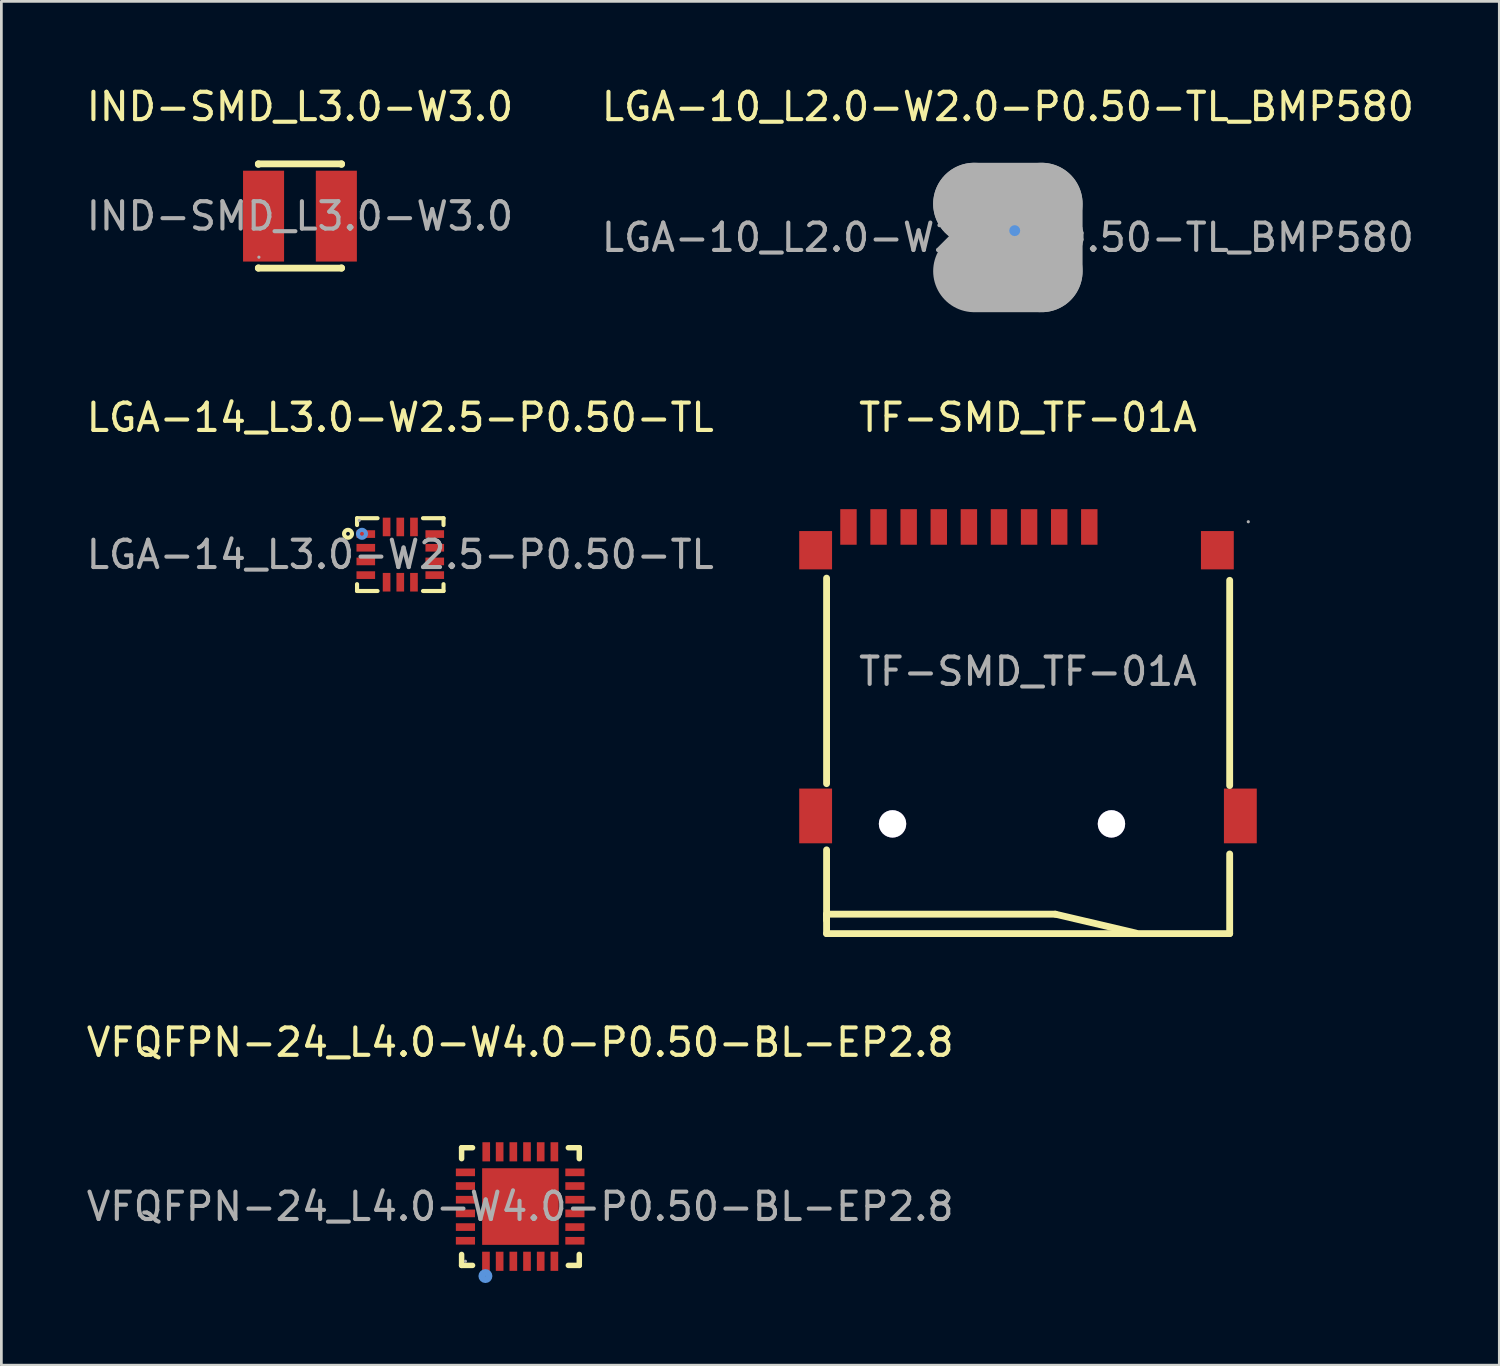
<source format=kicad_pcb>
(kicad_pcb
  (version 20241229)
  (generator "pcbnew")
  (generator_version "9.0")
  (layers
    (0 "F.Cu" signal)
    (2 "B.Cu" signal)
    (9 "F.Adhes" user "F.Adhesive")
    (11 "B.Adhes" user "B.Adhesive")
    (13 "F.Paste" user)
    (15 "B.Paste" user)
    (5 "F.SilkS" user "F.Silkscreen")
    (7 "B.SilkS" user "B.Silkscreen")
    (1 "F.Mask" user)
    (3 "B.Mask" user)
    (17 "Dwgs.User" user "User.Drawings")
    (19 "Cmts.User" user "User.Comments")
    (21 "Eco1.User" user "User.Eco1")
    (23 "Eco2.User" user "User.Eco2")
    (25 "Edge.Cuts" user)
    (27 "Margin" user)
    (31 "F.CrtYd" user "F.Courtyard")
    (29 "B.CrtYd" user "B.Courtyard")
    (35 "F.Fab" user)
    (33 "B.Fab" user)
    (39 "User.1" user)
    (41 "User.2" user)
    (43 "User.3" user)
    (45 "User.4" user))
  (footprint "IND-SMD_L3.0-W3.0"
    (layer "F.Cu")
    (at 7.911 4.848)
    (property "Reference" "IND-SMD_L3.0-W3.0" (at 0 -4 0) (layer "F.SilkS") (effects (font (size 1 1) (thickness 0.15))))
    (attr smd)
    (fp_line (start -1.52 -1.91) (end 1.52 -1.91) (stroke (width 0.25) (type solid)) (layer "F.SilkS"))
    (fp_line (start -1.52 -1.89) (end -1.52 -1.91) (stroke (width 0.25) (type solid)) (layer "F.SilkS"))
    (fp_line (start -1.52 1.9) (end -1.52 1.89) (stroke (width 0.25) (type solid)) (layer "F.SilkS"))
    (fp_line (start -1.52 1.9) (end 1.52 1.9) (stroke (width 0.25) (type solid)) (layer "F.SilkS"))
    (fp_line (start 1.52 -1.91) (end 1.52 -1.89) (stroke (width 0.25) (type solid)) (layer "F.SilkS"))
    (fp_line (start 1.52 1.89) (end 1.52 1.9) (stroke (width 0.25) (type solid)) (layer "F.SilkS"))
    (fp_circle (center -1.5 1.5) (end -1.47 1.5) (stroke (width 0.06) (type solid)) (fill no) (layer "F.Fab"))
    (fp_text user "${REFERENCE}" (at 0 0 0) (layer "F.Fab") (effects (font (size 1 1) (thickness 0.15))))
    (pad "1" smd rect (at 1.33 0) (size 1.5 3.32) (layers "F.Cu" "F.Mask" "F.Paste"))
    (pad "2" smd rect (at -1.33 0) (size 1.5 3.32) (layers "F.Cu" "F.Mask" "F.Paste")))
  (footprint "TF-SMD_TF-01A"
    (layer "F.Cu")
    (at 34.515 21.486)
    (property "Reference" "TF-SMD_TF-01A" (at 0 -9.28 0) (layer "F.SilkS") (effects (font (size 1 1) (thickness 0.15))))
    (attr smd)
    (fp_line (start -7.36 -3.41) (end -7.36 4.1) (stroke (width 0.25) (type solid)) (layer "F.SilkS"))
    (fp_line (start -7.36 6.52) (end -7.36 9.58) (stroke (width 0.25) (type solid)) (layer "F.SilkS"))
    (fp_line (start -7.36 8.87) (end 1 8.87) (stroke (width 0.25) (type solid)) (layer "F.SilkS"))
    (fp_line (start -7.36 9.09) (end -7.36 8.87) (stroke (width 0.25) (type solid)) (layer "F.SilkS"))
    (fp_line (start -7.36 9.58) (end 7.37 9.58) (stroke (width 0.25) (type solid)) (layer "F.SilkS"))
    (fp_line (start 1 8.87) (end 3.94 9.56) (stroke (width 0.25) (type solid)) (layer "F.SilkS"))
    (fp_line (start 7.37 4.17) (end 7.37 -3.33) (stroke (width 0.25) (type solid)) (layer "F.SilkS"))
    (fp_line (start 7.37 9.58) (end 7.37 6.67) (stroke (width 0.25) (type solid)) (layer "F.SilkS"))
    (fp_circle (center -4.95 5.57) (end -4.75 5.57) (stroke (width 0.4) (type solid)) (fill no) (layer "Cmts.User"))
    (fp_circle (center 3.05 5.57) (end 3.25 5.57) (stroke (width 0.4) (type solid)) (fill no) (layer "Cmts.User"))
    (fp_circle (center 8.05 -5.47) (end 8.08 -5.47) (stroke (width 0.06) (type solid)) (fill no) (layer "F.Fab"))
    (fp_text user "${REFERENCE}" (at 0 0 0) (layer "F.Fab") (effects (font (size 1 1) (thickness 0.15))))
    (pad "" thru_hole circle (at -4.95 5.57) (size 1 1) (drill 1) (layers "*.Cu" "*.Mask"))
    (pad "" thru_hole circle (at 3.05 5.57) (size 1 1) (drill 1) (layers "*.Cu" "*.Mask"))
    (pad "1" smd rect (at 2.24 -5.28) (size 0.6 1.3) (layers "F.Cu" "F.Mask" "F.Paste"))
    (pad "2" smd rect (at 1.14 -5.28) (size 0.6 1.3) (layers "F.Cu" "F.Mask" "F.Paste"))
    (pad "3" smd rect (at 0.04 -5.28) (size 0.6 1.3) (layers "F.Cu" "F.Mask" "F.Paste"))
    (pad "4" smd rect (at -1.06 -5.28) (size 0.6 1.3) (layers "F.Cu" "F.Mask" "F.Paste"))
    (pad "5" smd rect (at -2.16 -5.28) (size 0.6 1.3) (layers "F.Cu" "F.Mask" "F.Paste"))
    (pad "6" smd rect (at -3.26 -5.28) (size 0.6 1.3) (layers "F.Cu" "F.Mask" "F.Paste"))
    (pad "7" smd rect (at -4.36 -5.28) (size 0.6 1.3) (layers "F.Cu" "F.Mask" "F.Paste"))
    (pad "8" smd rect (at -5.46 -5.28) (size 0.6 1.3) (layers "F.Cu" "F.Mask" "F.Paste"))
    (pad "9" smd rect (at -6.56 -5.28) (size 0.6 1.3) (layers "F.Cu" "F.Mask" "F.Paste"))
    (pad "10" smd rect (at -7.76 -4.43) (size 1.2 1.4) (layers "F.Cu" "F.Mask" "F.Paste"))
    (pad "11" smd rect (at -7.76 5.28) (size 1.2 2) (layers "F.Cu" "F.Mask" "F.Paste"))
    (pad "12" smd rect (at 7.76 5.28) (size 1.2 2) (layers "F.Cu" "F.Mask" "F.Paste"))
    (pad "13" smd rect (at 6.92 -4.43) (size 1.2 1.4) (layers "F.Cu" "F.Mask" "F.Paste")))
  (footprint "VFQFPN-24_L4.0-W4.0-P0.50-BL-EP2.8"
    (layer "F.Cu")
    (at 15.958 41.04)
    (property "Reference" "VFQFPN-24_L4.0-W4.0-P0.50-BL-EP2.8" (at 0 -6 0) (layer "F.SilkS") (effects (font (size 1 1) (thickness 0.15))))
    (attr smd)
    (fp_line (start -2.14 -2.15) (end -1.74 -2.15) (stroke (width 0.2) (type solid)) (layer "F.SilkS"))
    (fp_line (start -2.14 -1.75) (end -2.14 -2.15) (stroke (width 0.2) (type solid)) (layer "F.SilkS"))
    (fp_line (start -2.14 2.15) (end -2.14 1.75) (stroke (width 0.2) (type solid)) (layer "F.SilkS"))
    (fp_line (start -1.74 2.15) (end -2.14 2.15) (stroke (width 0.2) (type solid)) (layer "F.SilkS"))
    (fp_line (start 2.16 -2.15) (end 1.76 -2.15) (stroke (width 0.2) (type solid)) (layer "F.SilkS"))
    (fp_line (start 2.16 -1.75) (end 2.16 -2.15) (stroke (width 0.2) (type solid)) (layer "F.SilkS"))
    (fp_line (start 2.16 1.75) (end 2.16 2.15) (stroke (width 0.2) (type solid)) (layer "F.SilkS"))
    (fp_line (start 2.16 2.15) (end 1.76 2.15) (stroke (width 0.2) (type solid)) (layer "F.SilkS"))
    (fp_circle (center -1.27 2.54) (end -1.14 2.54) (stroke (width 0.25) (type solid)) (fill no) (layer "Cmts.User"))
    (fp_circle (center -2 2) (end -1.97 2) (stroke (width 0.06) (type solid)) (fill no) (layer "F.Fab"))
    (fp_text user "${REFERENCE}" (at 0 0 0) (layer "F.Fab") (effects (font (size 1 1) (thickness 0.15))))
    (pad "1" smd rect (at -1.25 2 180) (size 0.28 0.7) (layers "F.Cu" "F.Mask" "F.Paste"))
    (pad "2" smd rect (at -0.75 2 180) (size 0.28 0.7) (layers "F.Cu" "F.Mask" "F.Paste"))
    (pad "3" smd rect (at -0.25 2 180) (size 0.28 0.7) (layers "F.Cu" "F.Mask" "F.Paste"))
    (pad "4" smd rect (at 0.25 2 180) (size 0.28 0.7) (layers "F.Cu" "F.Mask" "F.Paste"))
    (pad "5" smd rect (at 0.75 2 180) (size 0.28 0.7) (layers "F.Cu" "F.Mask" "F.Paste"))
    (pad "6" smd rect (at 1.25 2 180) (size 0.28 0.7) (layers "F.Cu" "F.Mask" "F.Paste"))
    (pad "7" smd rect (at 2 1.25 90) (size 0.28 0.7) (layers "F.Cu" "F.Mask" "F.Paste"))
    (pad "8" smd rect (at 2 0.75 90) (size 0.28 0.7) (layers "F.Cu" "F.Mask" "F.Paste"))
    (pad "9" smd rect (at 2 0.25 90) (size 0.28 0.7) (layers "F.Cu" "F.Mask" "F.Paste"))
    (pad "10" smd rect (at 2 -0.25 90) (size 0.28 0.7) (layers "F.Cu" "F.Mask" "F.Paste"))
    (pad "11" smd rect (at 2 -0.75 90) (size 0.28 0.7) (layers "F.Cu" "F.Mask" "F.Paste"))
    (pad "12" smd rect (at 2 -1.25 90) (size 0.28 0.7) (layers "F.Cu" "F.Mask" "F.Paste"))
    (pad "13" smd rect (at 1.25 -2 180) (size 0.28 0.7) (layers "F.Cu" "F.Mask" "F.Paste"))
    (pad "14" smd rect (at 0.75 -2 180) (size 0.28 0.7) (layers "F.Cu" "F.Mask" "F.Paste"))
    (pad "15" smd rect (at 0.25 -2 180) (size 0.28 0.7) (layers "F.Cu" "F.Mask" "F.Paste"))
    (pad "16" smd rect (at -0.25 -2 180) (size 0.28 0.7) (layers "F.Cu" "F.Mask" "F.Paste"))
    (pad "17" smd rect (at -0.75 -2 180) (size 0.28 0.7) (layers "F.Cu" "F.Mask" "F.Paste"))
    (pad "18" smd rect (at -1.24 -2 180) (size 0.28 0.7) (layers "F.Cu" "F.Mask" "F.Paste"))
    (pad "19" smd rect (at -2 -1.25 90) (size 0.28 0.7) (layers "F.Cu" "F.Mask" "F.Paste"))
    (pad "20" smd rect (at -2 -0.75 90) (size 0.28 0.7) (layers "F.Cu" "F.Mask" "F.Paste"))
    (pad "21" smd rect (at -2 -0.25 90) (size 0.28 0.7) (layers "F.Cu" "F.Mask" "F.Paste"))
    (pad "22" smd rect (at -2 0.25 90) (size 0.28 0.7) (layers "F.Cu" "F.Mask" "F.Paste"))
    (pad "23" smd rect (at -2 0.75 90) (size 0.28 0.7) (layers "F.Cu" "F.Mask" "F.Paste"))
    (pad "24" smd rect (at -2 1.25 90) (size 0.28 0.7) (layers "F.Cu" "F.Mask" "F.Paste"))
    (pad "25" smd rect (at 0.01 0 90) (size 2.8 2.8) (layers "F.Cu" "F.Mask" "F.Paste")))
  (footprint "LGA-14_L3.0-W2.5-P0.50-TL"
    (layer "F.Cu")
    (at 11.577 17.216)
    (property "Reference" "LGA-14_L3.0-W2.5-P0.50-TL" (at 0 -5.01 0) (layer "F.SilkS") (effects (font (size 1 1) (thickness 0.15))))
    (attr smd)
    (fp_line (start -1.58 -1.33) (end -1.58 -1.08) (stroke (width 0.15) (type solid)) (layer "F.SilkS"))
    (fp_line (start -1.58 1.33) (end -1.58 1.08) (stroke (width 0.15) (type solid)) (layer "F.SilkS"))
    (fp_line (start -0.83 -1.33) (end -1.58 -1.33) (stroke (width 0.15) (type solid)) (layer "F.SilkS"))
    (fp_line (start -0.83 1.33) (end -1.58 1.33) (stroke (width 0.15) (type solid)) (layer "F.SilkS"))
    (fp_line (start 0.83 -1.33) (end 1.58 -1.33) (stroke (width 0.15) (type solid)) (layer "F.SilkS"))
    (fp_line (start 0.83 1.33) (end 1.58 1.33) (stroke (width 0.15) (type solid)) (layer "F.SilkS"))
    (fp_line (start 1.58 -1.33) (end 1.58 -1.08) (stroke (width 0.15) (type solid)) (layer "F.SilkS"))
    (fp_line (start 1.58 1.33) (end 1.58 1.08) (stroke (width 0.15) (type solid)) (layer "F.SilkS"))
    (fp_circle (center -1.91 -0.76) (end -1.84 -0.76) (stroke (width 0.15) (type solid)) (fill no) (layer "F.SilkS"))
    (fp_circle (center -1.4 -0.76) (end -1.33 -0.76) (stroke (width 0.15) (type solid)) (fill no) (layer "Cmts.User"))
    (fp_circle (center -1.5 -1.25) (end -1.47 -1.25) (stroke (width 0.06) (type solid)) (fill no) (layer "F.Fab"))
    (fp_text user "${REFERENCE}" (at 0 0 0) (layer "F.Fab") (effects (font (size 1 1) (thickness 0.15))))
    (pad "1" smd rect (at -1.26 -0.75) (size 0.68 0.28) (layers "F.Cu" "F.Mask" "F.Paste"))
    (pad "2" smd rect (at -1.26 -0.25) (size 0.68 0.28) (layers "F.Cu" "F.Mask" "F.Paste"))
    (pad "3" smd rect (at -1.26 0.25) (size 0.68 0.28) (layers "F.Cu" "F.Mask" "F.Paste"))
    (pad "4" smd rect (at -1.26 0.75) (size 0.68 0.28) (layers "F.Cu" "F.Mask" "F.Paste"))
    (pad "5" smd rect (at -0.5 1.01) (size 0.28 0.68) (layers "F.Cu" "F.Mask" "F.Paste"))
    (pad "6" smd rect (at 0 1.01) (size 0.28 0.68) (layers "F.Cu" "F.Mask" "F.Paste"))
    (pad "7" smd rect (at 0.5 1.01) (size 0.28 0.68) (layers "F.Cu" "F.Mask" "F.Paste"))
    (pad "8" smd rect (at 1.26 0.75) (size 0.68 0.28) (layers "F.Cu" "F.Mask" "F.Paste"))
    (pad "9" smd rect (at 1.26 0.25) (size 0.68 0.28) (layers "F.Cu" "F.Mask" "F.Paste"))
    (pad "10" smd rect (at 1.26 -0.25) (size 0.68 0.28) (layers "F.Cu" "F.Mask" "F.Paste"))
    (pad "11" smd rect (at 1.26 -0.75) (size 0.68 0.28) (layers "F.Cu" "F.Mask" "F.Paste"))
    (pad "12" smd rect (at 0.5 -1.01) (size 0.28 0.68) (layers "F.Cu" "F.Mask" "F.Paste"))
    (pad "13" smd rect (at 0 -1.01) (size 0.28 0.68) (layers "F.Cu" "F.Mask" "F.Paste"))
    (pad "14" smd rect (at -0.5 -1.01) (size 0.28 0.68) (layers "F.Cu" "F.Mask" "F.Paste")))
  (footprint "LGA-10_L2.0-W2.0-P0.50-TL_BMP580"
    (layer "F.Cu")
    (at 33.78 5.628)
    (property "Reference" "LGA-10_L2.0-W2.0-P0.50-TL_BMP580" (at 0 -4.78 0) (layer "F.SilkS") (effects (font (size 1 1) (thickness 0.15))))
    (attr through_hole)
    (fp_line (start -1.5 -0.5) (end -1.6 -0.4) (stroke (width 0.15) (type solid)) (layer "F.SilkS"))
    (fp_line (start -1.5 -0.1) (end -1.5 -0.5) (stroke (width 0.15) (type solid)) (layer "F.SilkS"))
    (fp_circle (center 0.25 -0.25) (end 0.35 -0.25) (stroke (width 0.2) (type solid)) (fill no) (layer "F.SilkS"))
    (fp_circle (center 0.25 -0.25) (end 0.35 -0.25) (stroke (width 0.2) (type solid)) (fill no) (layer "Cmts.User"))
    (fp_line (start -1.23 -1.23) (end -1.23 -1.23) (stroke (width 3) (type solid)) (layer "F.Fab"))
    (fp_line (start -1.23 -1.23) (end 1.23 -1.23) (stroke (width 3) (type solid)) (layer "F.Fab"))
    (fp_line (start 1.23 -1.23) (end 1.23 1.23) (stroke (width 3) (type solid)) (layer "F.Fab"))
    (fp_line (start 1.23 1.23) (end -1.23 1.23) (stroke (width 3) (type solid)) (layer "F.Fab"))
    (fp_circle (center -1 -1) (end -0.97 -1) (stroke (width 0.06) (type solid)) (fill no) (layer "F.Fab"))
    (fp_text user "${REFERENCE}" (at 0 0 0) (layer "F.Fab") (effects (font (size 1 1) (thickness 0.15))))
    (pad "1" smd rect (at -0.78 -0.25 90) (size 0.3 0.3) (layers "F.Cu" "F.Mask" "F.Paste"))
    (pad "2" smd rect (at -0.78 0.25 90) (size 0.3 0.3) (layers "F.Cu" "F.Mask" "F.Paste"))
    (pad "3" smd rect (at -0.5 0.78 90) (size 0.3 0.3) (layers "F.Cu" "F.Mask" "F.Paste"))
    (pad "4" smd rect (at 0 0.78 90) (size 0.3 0.3) (layers "F.Cu" "F.Mask" "F.Paste"))
    (pad "5" smd rect (at 0.5 0.78 90) (size 0.3 0.3) (layers "F.Cu" "F.Mask" "F.Paste"))
    (pad "6" smd rect (at 0.78 0.25 90) (size 0.3 0.3) (layers "F.Cu" "F.Mask" "F.Paste"))
    (pad "7" smd rect (at 0.78 -0.25 90) (size 0.3 0.3) (layers "F.Cu" "F.Mask" "F.Paste"))
    (pad "8" smd rect (at 0.5 -0.78 90) (size 0.3 0.3) (layers "F.Cu" "F.Mask" "F.Paste"))
    (pad "9" smd rect (at 0 -0.78 90) (size 0.3 0.3) (layers "F.Cu" "F.Mask" "F.Paste"))
    (pad "10" smd rect (at -0.5 -0.78 90) (size 0.3 0.3) (layers "F.Cu" "F.Mask" "F.Paste")))
  (gr_rect
    (start -3 -3)
    (end 51.738 46.835)
    (stroke (width 0.1) (type default))
    (fill no)
    (layer "Edge.Cuts")))
</source>
